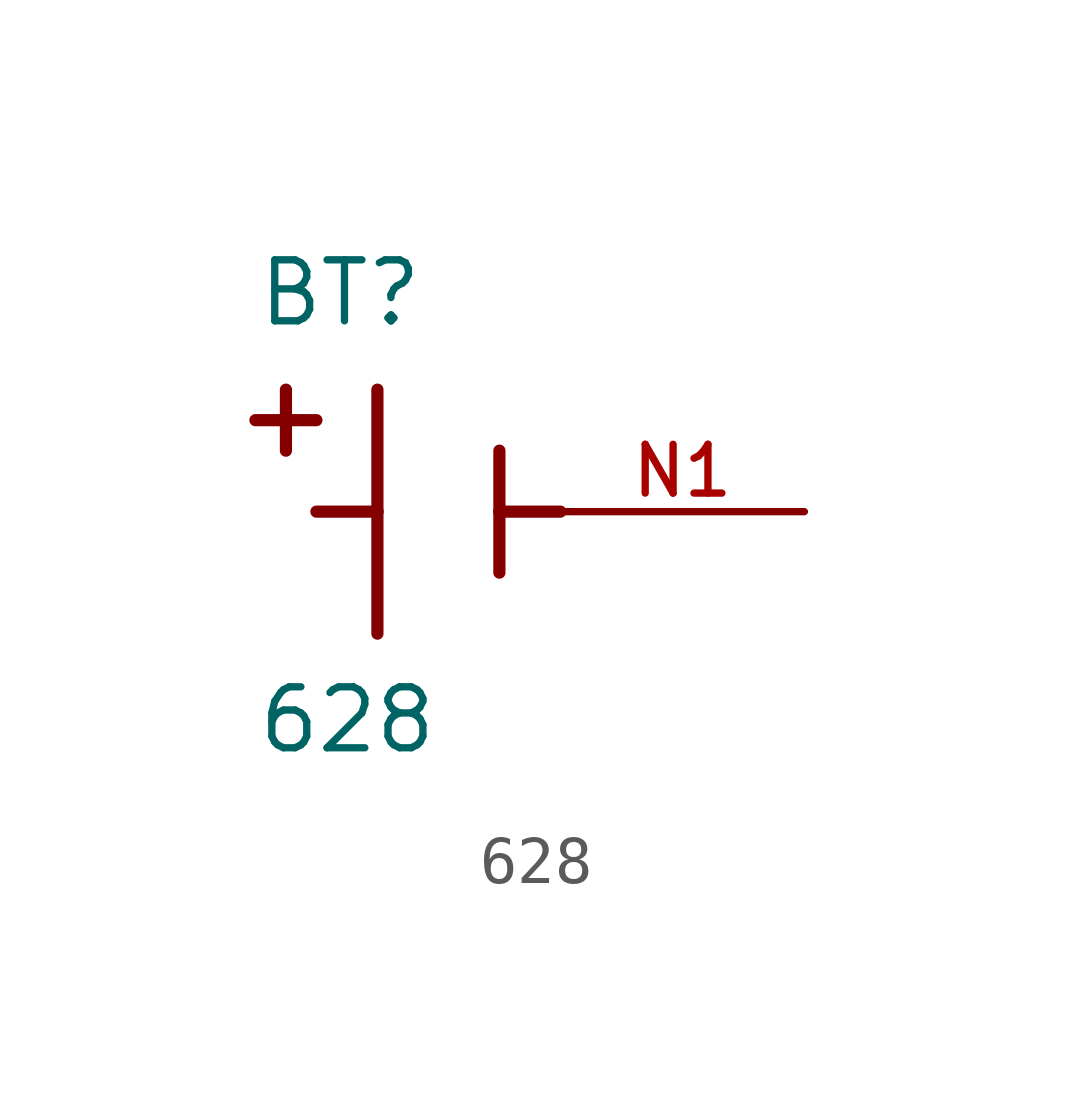
<source format=kicad_sym>
(kicad_symbol_lib
  (version 20211014)
  (generator kicad_symbol_editor)
  (symbol "628"
    (pin_names
      (offset 1.016))
    (property "Reference" "BT"
      (at -3.81 3.81 0)
      (effects (font (size 1.27 1.27)) (justify bottom left)))
    (property "Value" "628"
      (at -3.81 -5.08 0)
      (effects (font (size 1.27 1.27)) (justify bottom left)))
    (symbol "628_0_0"
      (polyline (pts (xy -1.27 2.54) (xy -1.27 0.0)) (stroke (width 0.254)))
      (polyline (pts (xy -1.27 0.0) (xy -1.27 -2.54)) (stroke (width 0.254)))
      (polyline (pts (xy 1.27 1.27) (xy 1.27 0.0)) (stroke (width 0.254)))
      (polyline (pts (xy 1.27 0.0) (xy 1.27 -1.27)) (stroke (width 0.254)))
      (polyline (pts (xy -1.27 0.0) (xy -2.54 0.0)) (stroke (width 0.254)))
      (polyline (pts (xy 1.27 0.0) (xy 2.54 0.0)) (stroke (width 0.254)))
      (polyline (pts (xy -3.175 2.54) (xy -3.175 1.27)) (stroke (width 0.254)))
      (polyline (pts (xy -3.81 1.905) (xy -2.54 1.905)) (stroke (width 0.254)))
      (pin passive line (at 7.62 0.0 180.0) (length 5.08) (name "~" (effects (font (size 1.016 1.016)))) (number "N1" (effects (font (size 1.016 1.016))))))))
</source>
